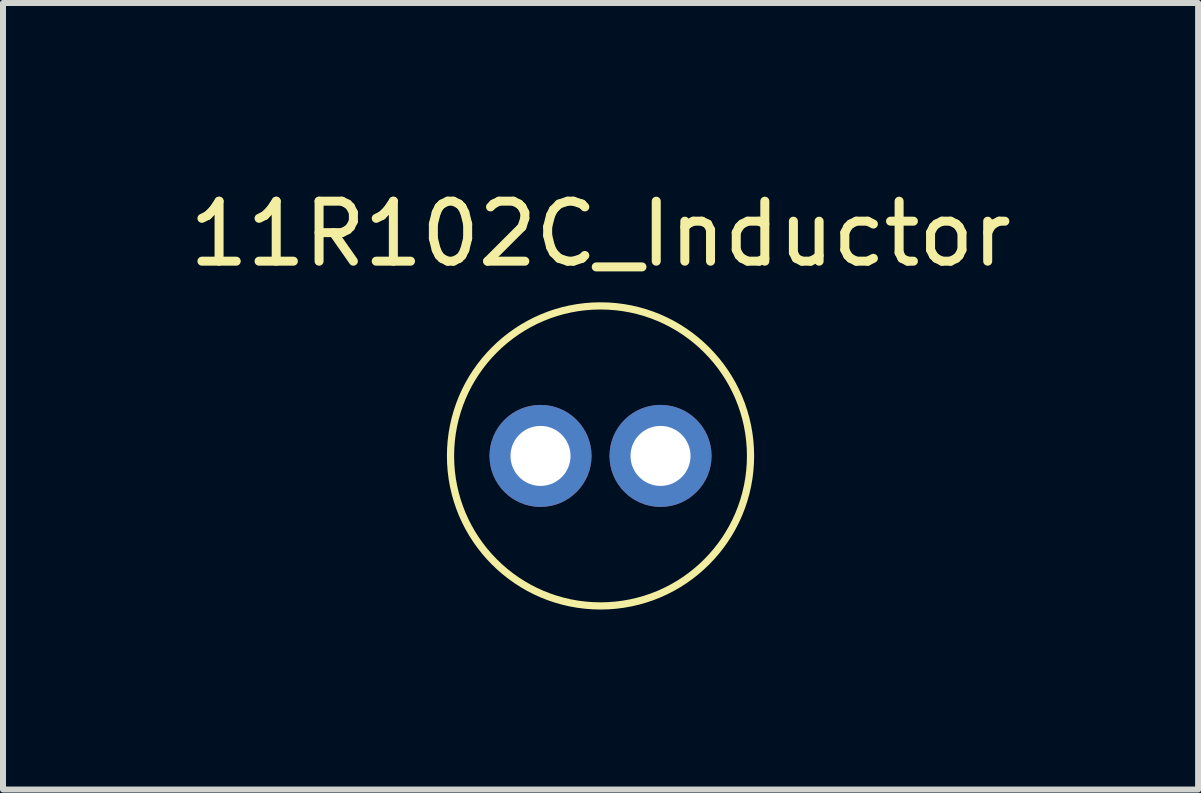
<source format=kicad_pcb>
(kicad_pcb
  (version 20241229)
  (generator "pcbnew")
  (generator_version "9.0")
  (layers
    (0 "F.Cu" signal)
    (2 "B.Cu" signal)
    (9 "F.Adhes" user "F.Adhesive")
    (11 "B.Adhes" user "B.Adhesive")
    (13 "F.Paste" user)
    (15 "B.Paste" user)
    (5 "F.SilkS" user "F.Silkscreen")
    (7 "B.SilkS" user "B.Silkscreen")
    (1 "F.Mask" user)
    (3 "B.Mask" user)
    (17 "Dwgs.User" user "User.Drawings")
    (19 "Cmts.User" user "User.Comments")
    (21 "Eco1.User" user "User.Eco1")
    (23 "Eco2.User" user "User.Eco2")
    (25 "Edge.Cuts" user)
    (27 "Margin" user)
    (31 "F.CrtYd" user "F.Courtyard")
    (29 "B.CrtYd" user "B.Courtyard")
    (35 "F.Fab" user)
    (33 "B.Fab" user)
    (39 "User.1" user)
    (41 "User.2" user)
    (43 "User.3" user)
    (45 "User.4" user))
  (footprint "11R102C_Inductor"
    (layer "F.Cu")
    (at 6.958 4.548)
    (property "Reference" "11R102C_Inductor" (at 0 -3.7 0) (layer "F.SilkS") (effects (font (size 1 1) (thickness 0.15))))
    (attr through_hole)
    (fp_circle (center 0 0) (end 2.5 0) (stroke (width 0.12) (type solid)) (fill no) (layer "F.SilkS"))
    (pad "1" thru_hole circle (at -1 0) (size 1.7 1.7) (drill 1) (layers "*.Cu" "*.Mask"))
    (pad "2" thru_hole circle (at 1 0) (size 1.7 1.7) (drill 1) (layers "*.Cu" "*.Mask")))
  (gr_rect
    (start -3 -3)
    (end 16.917 10.108)
    (stroke (width 0.1) (type default))
    (fill no)
    (layer "Edge.Cuts")))
</source>
